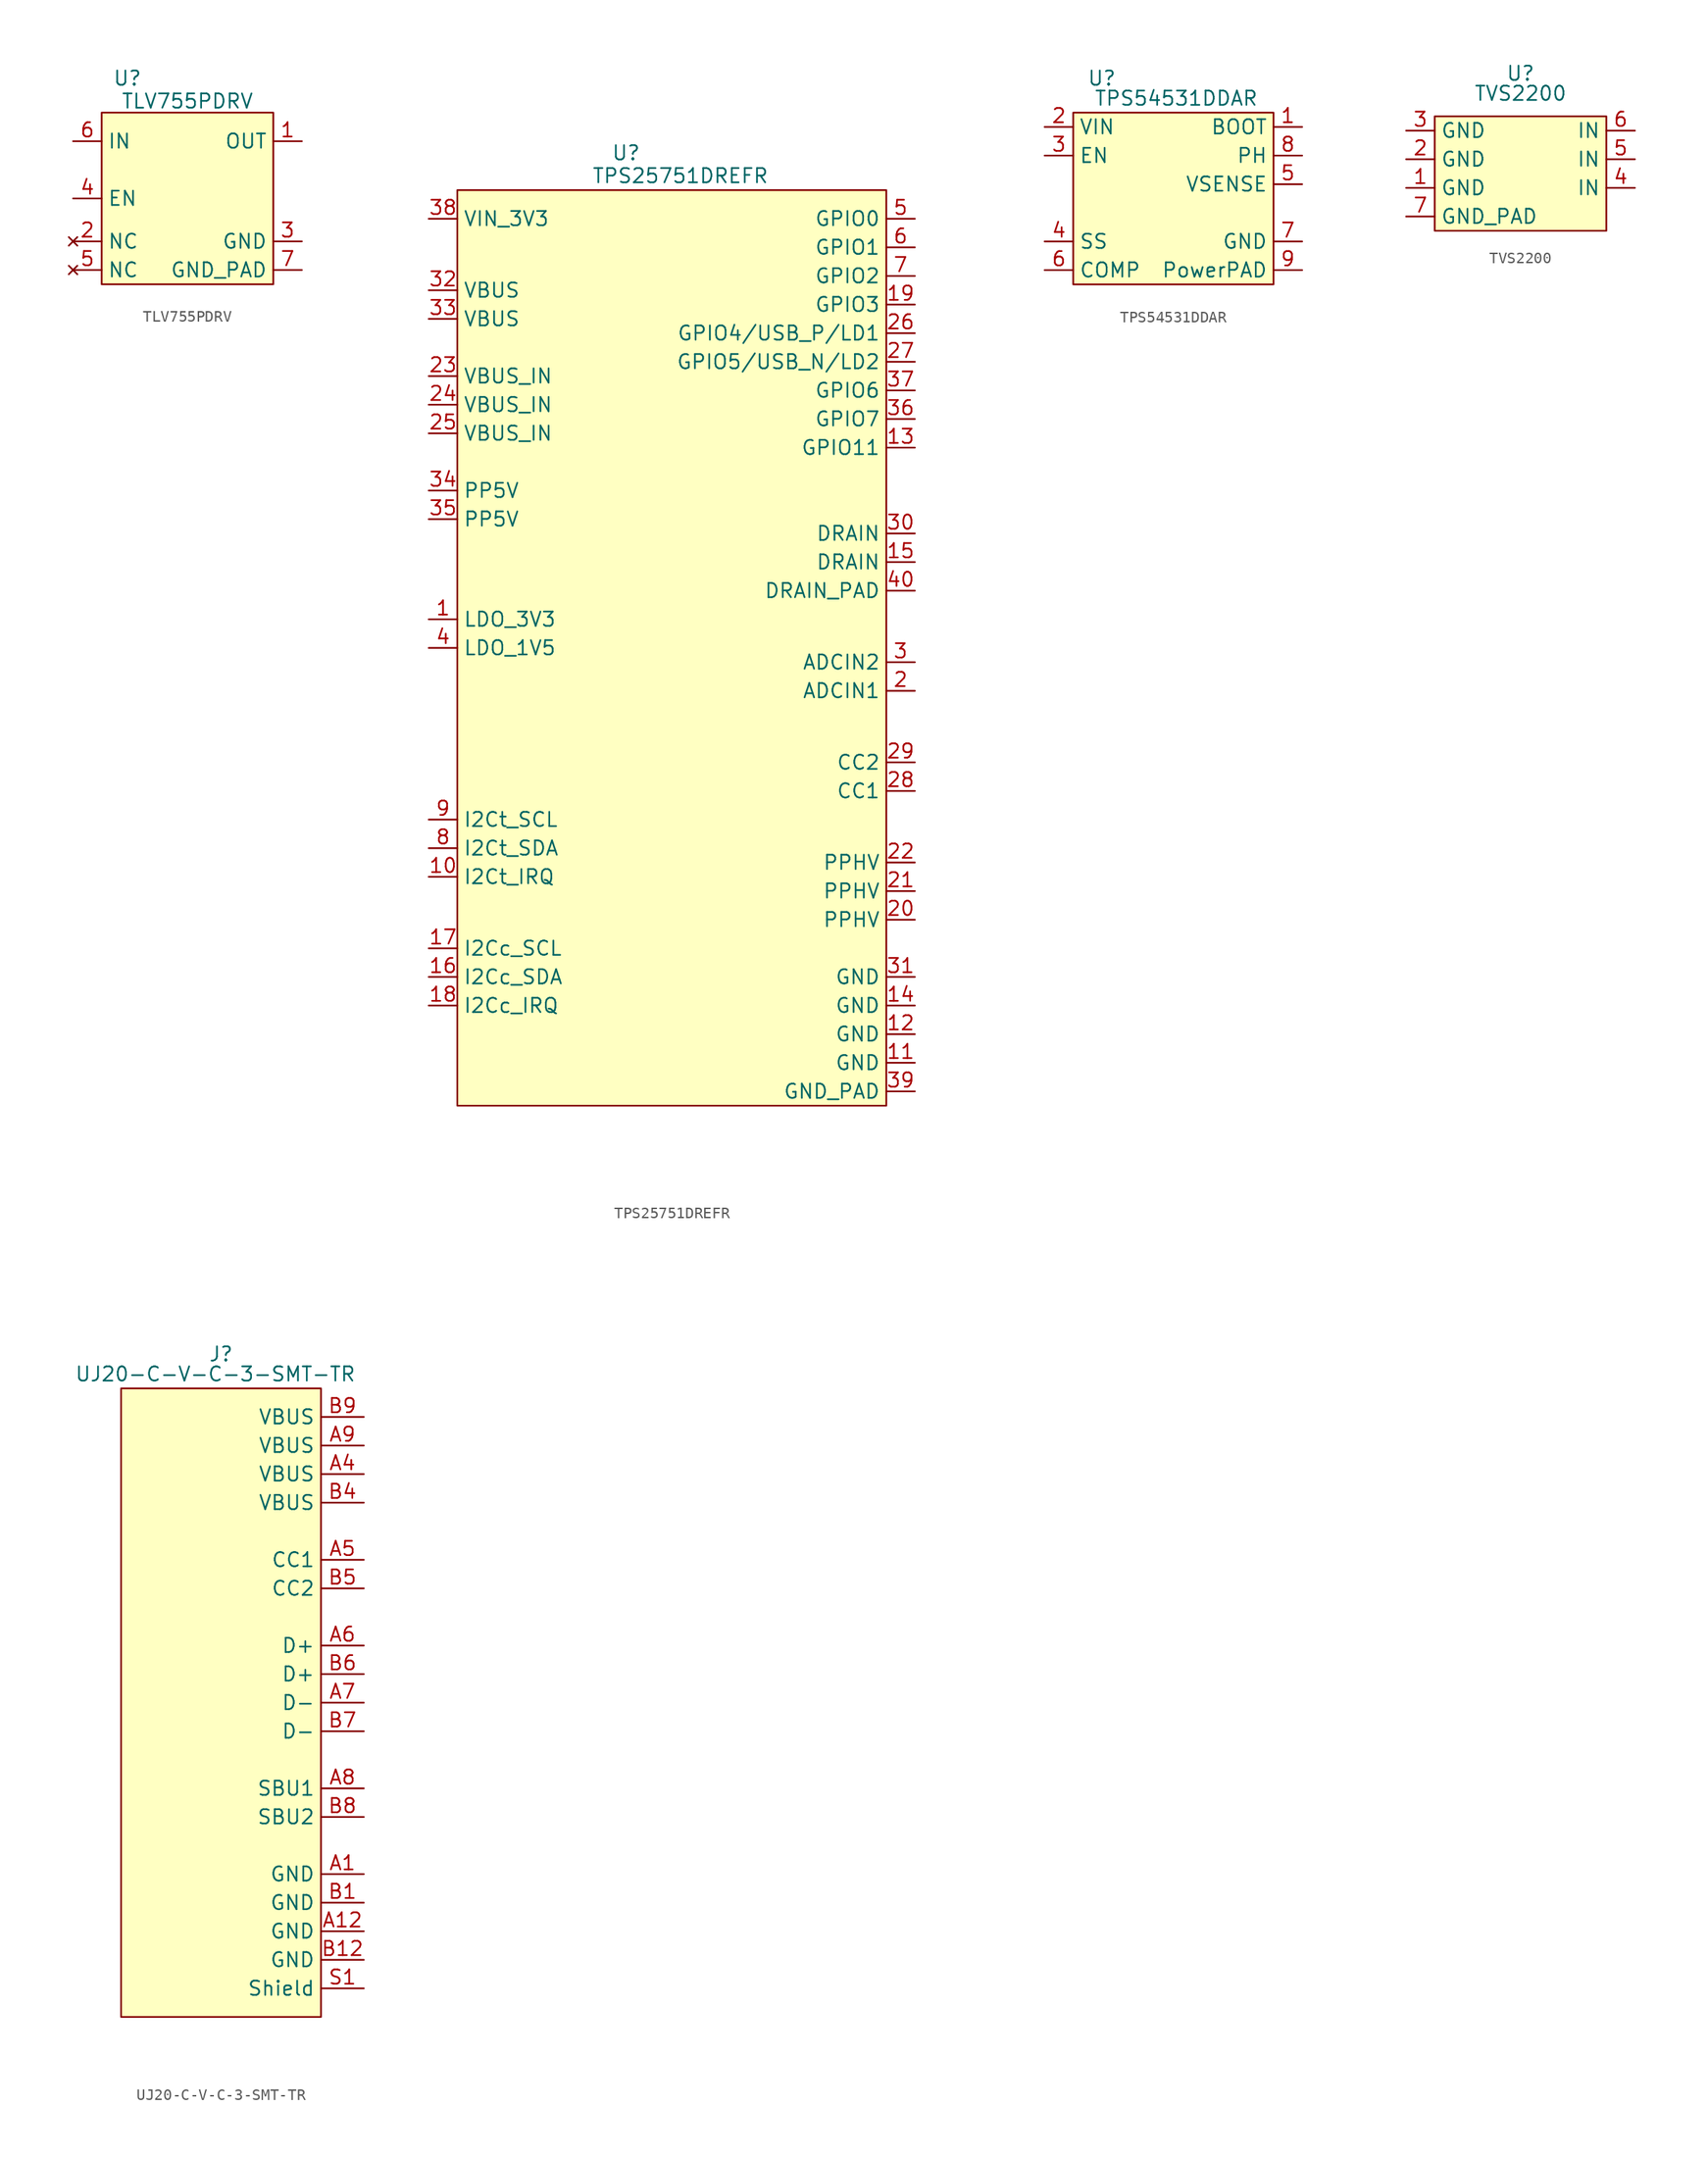
<source format=kicad_sym>
(kicad_symbol_lib
  (version 20241209)
  (generator "kicad_symbol_editor")
  (generator_version "9.0")
  (symbol "TLV755PDRV"
    (property "Reference" "U"
      (at -5.334 10.668 0)
      (effects (font (size 1.27 1.27))))
    (property "Value" "TLV755PDRV"
      (at 0 8.636 0)
      (effects (font (size 1.27 1.27))))
    (symbol "TLV755PDRV_0_0"
      (pin input line (at -10.16 5.08 0) (length 2.54) (name "IN" (effects (font (size 1.27 1.27)))) (number "6" (effects (font (size 1.27 1.27)))))
      (pin input line (at -10.16 0 0) (length 2.54) (name "EN" (effects (font (size 1.27 1.27)))) (number "4" (effects (font (size 1.27 1.27)))))
      (pin no_connect line (at -10.16 -3.81 0) (length 2.54) (name "NC" (effects (font (size 1.27 1.27)))) (number "2" (effects (font (size 1.27 1.27)))))
      (pin no_connect line (at -10.16 -6.35 0) (length 2.54) (name "NC" (effects (font (size 1.27 1.27)))) (number "5" (effects (font (size 1.27 1.27)))))
      (pin output line (at 10.16 5.08 180) (length 2.54) (name "OUT" (effects (font (size 1.27 1.27)))) (number "1" (effects (font (size 1.27 1.27)))))
      (pin power_in line (at 10.16 -3.81 180) (length 2.54) (name "GND" (effects (font (size 1.27 1.27)))) (number "3" (effects (font (size 1.27 1.27)))))
      (pin unspecified line (at 10.16 -6.35 180) (length 2.54) (name "GND_PAD" (effects (font (size 1.27 1.27)))) (number "7" (effects (font (size 1.27 1.27))))))
    (symbol "TLV755PDRV_1_1"
      (rectangle (start -7.62 7.62) (end 7.62 -7.62) (stroke (width 0) (type solid)) (fill (type background)))))
  (symbol "TPS25751DREFR"
    (property "Reference" "U"
      (at -5.334 41.402 0)
      (effects (font (size 1.27 1.27))))
    (property "Value" "TPS25751DREFR"
      (at -0.508 39.37 0)
      (effects (font (size 1.27 1.27))))
    (symbol "TPS25751DREFR_0_0"
      (pin input line (at -22.86 35.56 0) (length 2.54) (name "VIN_3V3" (effects (font (size 1.27 1.27)))) (number "38" (effects (font (size 1.27 1.27)))))
      (pin output line (at -22.86 29.21 0) (length 2.54) (name "VBUS" (effects (font (size 1.27 1.27)))) (number "32" (effects (font (size 1.27 1.27)))))
      (pin output line (at -22.86 26.67 0) (length 2.54) (name "VBUS" (effects (font (size 1.27 1.27)))) (number "33" (effects (font (size 1.27 1.27)))))
      (pin bidirectional line (at -22.86 21.59 0) (length 2.54) (name "VBUS_IN" (effects (font (size 1.27 1.27)))) (number "23" (effects (font (size 1.27 1.27)))))
      (pin bidirectional line (at -22.86 19.05 0) (length 2.54) (name "VBUS_IN" (effects (font (size 1.27 1.27)))) (number "24" (effects (font (size 1.27 1.27)))))
      (pin bidirectional line (at -22.86 16.51 0) (length 2.54) (name "VBUS_IN" (effects (font (size 1.27 1.27)))) (number "25" (effects (font (size 1.27 1.27)))))
      (pin input line (at -22.86 11.43 0) (length 2.54) (name "PP5V" (effects (font (size 1.27 1.27)))) (number "34" (effects (font (size 1.27 1.27)))))
      (pin input line (at -22.86 8.89 0) (length 2.54) (name "PP5V" (effects (font (size 1.27 1.27)))) (number "35" (effects (font (size 1.27 1.27)))))
      (pin output line (at -22.86 0 0) (length 2.54) (name "LDO_3V3" (effects (font (size 1.27 1.27)))) (number "1" (effects (font (size 1.27 1.27)))))
      (pin output line (at -22.86 -2.54 0) (length 2.54) (name "LDO_1V5" (effects (font (size 1.27 1.27)))) (number "4" (effects (font (size 1.27 1.27)))))
      (pin input line (at -22.86 -17.78 0) (length 2.54) (name "I2Ct_SCL" (effects (font (size 1.27 1.27)))) (number "9" (effects (font (size 1.27 1.27)))))
      (pin bidirectional line (at -22.86 -20.32 0) (length 2.54) (name "I2Ct_SDA" (effects (font (size 1.27 1.27)))) (number "8" (effects (font (size 1.27 1.27)))))
      (pin output line (at -22.86 -22.86 0) (length 2.54) (name "I2Ct_IRQ" (effects (font (size 1.27 1.27)))) (number "10" (effects (font (size 1.27 1.27)))))
      (pin output line (at -22.86 -29.21 0) (length 2.54) (name "I2Cc_SCL" (effects (font (size 1.27 1.27)))) (number "17" (effects (font (size 1.27 1.27)))))
      (pin bidirectional line (at -22.86 -31.75 0) (length 2.54) (name "I2Cc_SDA" (effects (font (size 1.27 1.27)))) (number "16" (effects (font (size 1.27 1.27)))))
      (pin input line (at -22.86 -34.29 0) (length 2.54) (name "I2Cc_IRQ" (effects (font (size 1.27 1.27)))) (number "18" (effects (font (size 1.27 1.27)))))
      (pin bidirectional line (at 20.32 35.56 180) (length 2.54) (name "GPIO0" (effects (font (size 1.27 1.27)))) (number "5" (effects (font (size 1.27 1.27)))))
      (pin bidirectional line (at 20.32 33.02 180) (length 2.54) (name "GPIO1" (effects (font (size 1.27 1.27)))) (number "6" (effects (font (size 1.27 1.27)))))
      (pin bidirectional line (at 20.32 30.48 180) (length 2.54) (name "GPIO2" (effects (font (size 1.27 1.27)))) (number "7" (effects (font (size 1.27 1.27)))))
      (pin bidirectional line (at 20.32 27.94 180) (length 2.54) (name "GPIO3" (effects (font (size 1.27 1.27)))) (number "19" (effects (font (size 1.27 1.27)))))
      (pin bidirectional line (at 20.32 25.4 180) (length 2.54) (name "GPIO4/USB_P/LD1" (effects (font (size 1.27 1.27)))) (number "26" (effects (font (size 1.27 1.27)))))
      (pin bidirectional line (at 20.32 22.86 180) (length 2.54) (name "GPIO5/USB_N/LD2" (effects (font (size 1.27 1.27)))) (number "27" (effects (font (size 1.27 1.27)))))
      (pin bidirectional line (at 20.32 20.32 180) (length 2.54) (name "GPIO6" (effects (font (size 1.27 1.27)))) (number "37" (effects (font (size 1.27 1.27)))))
      (pin bidirectional line (at 20.32 17.78 180) (length 2.54) (name "GPIO7" (effects (font (size 1.27 1.27)))) (number "36" (effects (font (size 1.27 1.27)))))
      (pin bidirectional line (at 20.32 15.24 180) (length 2.54) (name "GPIO11" (effects (font (size 1.27 1.27)))) (number "13" (effects (font (size 1.27 1.27)))))
      (pin unspecified line (at 20.32 7.62 180) (length 2.54) (name "DRAIN" (effects (font (size 1.27 1.27)))) (number "30" (effects (font (size 1.27 1.27)))))
      (pin unspecified line (at 20.32 5.08 180) (length 2.54) (name "DRAIN" (effects (font (size 1.27 1.27)))) (number "15" (effects (font (size 1.27 1.27)))))
      (pin input line (at 20.32 2.54 180) (length 2.54) (name "DRAIN_PAD" (effects (font (size 1.27 1.27)))) (number "40" (effects (font (size 1.27 1.27)))))
      (pin input line (at 20.32 -3.81 180) (length 2.54) (name "ADCIN2" (effects (font (size 1.27 1.27)))) (number "3" (effects (font (size 1.27 1.27)))))
      (pin input line (at 20.32 -6.35 180) (length 2.54) (name "ADCIN1" (effects (font (size 1.27 1.27)))) (number "2" (effects (font (size 1.27 1.27)))))
      (pin bidirectional line (at 20.32 -12.7 180) (length 2.54) (name "CC2" (effects (font (size 1.27 1.27)))) (number "29" (effects (font (size 1.27 1.27)))))
      (pin bidirectional line (at 20.32 -15.24 180) (length 2.54) (name "CC1" (effects (font (size 1.27 1.27)))) (number "28" (effects (font (size 1.27 1.27)))))
      (pin bidirectional line (at 20.32 -21.59 180) (length 2.54) (name "PPHV" (effects (font (size 1.27 1.27)))) (number "22" (effects (font (size 1.27 1.27)))))
      (pin bidirectional line (at 20.32 -24.13 180) (length 2.54) (name "PPHV" (effects (font (size 1.27 1.27)))) (number "21" (effects (font (size 1.27 1.27)))))
      (pin bidirectional line (at 20.32 -26.67 180) (length 2.54) (name "PPHV" (effects (font (size 1.27 1.27)))) (number "20" (effects (font (size 1.27 1.27)))))
      (pin power_in line (at 20.32 -31.75 180) (length 2.54) (name "GND" (effects (font (size 1.27 1.27)))) (number "31" (effects (font (size 1.27 1.27)))))
      (pin power_in line (at 20.32 -34.29 180) (length 2.54) (name "GND" (effects (font (size 1.27 1.27)))) (number "14" (effects (font (size 1.27 1.27)))))
      (pin power_in line (at 20.32 -36.83 180) (length 2.54) (name "GND" (effects (font (size 1.27 1.27)))) (number "12" (effects (font (size 1.27 1.27)))))
      (pin power_in line (at 20.32 -39.37 180) (length 2.54) (name "GND" (effects (font (size 1.27 1.27)))) (number "11" (effects (font (size 1.27 1.27)))))
      (pin input line (at 20.32 -41.91 180) (length 2.54) (name "GND_PAD" (effects (font (size 1.27 1.27)))) (number "39" (effects (font (size 1.27 1.27))))))
    (symbol "TPS25751DREFR_0_1"
      (rectangle (start -20.32 38.1) (end 17.78 -43.18) (stroke (width 0) (type default)) (fill (type background)))))
  (symbol "TPS54531DDAR"
    (property "Reference" "U"
      (at -7.62 10.668 0)
      (effects (font (size 1.27 1.27))))
    (property "Value" "TPS54531DDAR"
      (at -1.016 8.89 0)
      (effects (font (size 1.27 1.27))))
    (symbol "TPS54531DDAR_0_0"
      (pin input line (at -12.7 6.35 0) (length 2.54) (name "VIN" (effects (font (size 1.27 1.27)))) (number "2" (effects (font (size 1.27 1.27)))))
      (pin input line (at -12.7 3.81 0) (length 2.54) (name "EN" (effects (font (size 1.27 1.27)))) (number "3" (effects (font (size 1.27 1.27)))))
      (pin input line (at -12.7 -3.81 0) (length 2.54) (name "SS" (effects (font (size 1.27 1.27)))) (number "4" (effects (font (size 1.27 1.27)))))
      (pin output line (at -12.7 -6.35 0) (length 2.54) (name "COMP" (effects (font (size 1.27 1.27)))) (number "6" (effects (font (size 1.27 1.27)))))
      (pin output line (at 10.16 6.35 180) (length 2.54) (name "BOOT" (effects (font (size 1.27 1.27)))) (number "1" (effects (font (size 1.27 1.27)))))
      (pin output line (at 10.16 3.81 180) (length 2.54) (name "PH" (effects (font (size 1.27 1.27)))) (number "8" (effects (font (size 1.27 1.27)))))
      (pin input line (at 10.16 1.27 180) (length 2.54) (name "VSENSE" (effects (font (size 1.27 1.27)))) (number "5" (effects (font (size 1.27 1.27)))))
      (pin power_in line (at 10.16 -3.81 180) (length 2.54) (name "GND" (effects (font (size 1.27 1.27)))) (number "7" (effects (font (size 1.27 1.27)))))
      (pin power_in line (at 10.16 -6.35 180) (length 2.54) (name "PowerPAD" (effects (font (size 1.27 1.27)))) (number "9" (effects (font (size 1.27 1.27))))))
    (symbol "TPS54531DDAR_0_1"
      (rectangle (start -10.16 7.62) (end 7.62 -7.62) (stroke (width 0) (type default)) (fill (type background)))))
  (symbol "TVS2200"
    (property "Reference" "U"
      (at 0 8.89 0)
      (effects (font (size 1.27 1.27))))
    (property "Value" "TVS2200"
      (at 0 7.112 0)
      (effects (font (size 1.27 1.27))))
    (symbol "TVS2200_0_0"
      (pin power_in line (at -10.16 3.81 0) (length 2.54) (name "GND" (effects (font (size 1.27 1.27)))) (number "3" (effects (font (size 1.27 1.27)))))
      (pin power_in line (at -10.16 1.27 0) (length 2.54) (name "GND" (effects (font (size 1.27 1.27)))) (number "2" (effects (font (size 1.27 1.27)))))
      (pin power_in line (at -10.16 -1.27 0) (length 2.54) (name "GND" (effects (font (size 1.27 1.27)))) (number "1" (effects (font (size 1.27 1.27)))))
      (pin power_in line (at -10.16 -3.81 0) (length 2.54) (name "GND_PAD" (effects (font (size 1.27 1.27)))) (number "7" (effects (font (size 1.27 1.27)))))
      (pin input line (at 10.16 3.81 180) (length 2.54) (name "IN" (effects (font (size 1.27 1.27)))) (number "6" (effects (font (size 1.27 1.27)))))
      (pin input line (at 10.16 1.27 180) (length 2.54) (name "IN" (effects (font (size 1.27 1.27)))) (number "5" (effects (font (size 1.27 1.27)))))
      (pin input line (at 10.16 -1.27 180) (length 2.54) (name "IN" (effects (font (size 1.27 1.27)))) (number "4" (effects (font (size 1.27 1.27))))))
    (symbol "TVS2200_0_1"
      (rectangle (start -7.62 5.08) (end 7.62 -5.08) (stroke (width 0) (type default)) (fill (type background)))))
  (symbol "UJ20-C-V-C-3-SMT-TR"
    (property "Reference" "J"
      (at 0 30.988 0)
      (effects (font (size 1.27 1.27))))
    (property "Value" "UJ20-C-V-C-3-SMT-TR"
      (at -0.508 29.21 0)
      (effects (font (size 1.27 1.27))))
    (symbol "UJ20-C-V-C-3-SMT-TR_1_0"
      (pin unspecified line (at 12.7 25.4 180) (length 3.81) (name "VBUS" (effects (font (size 1.27 1.27)))) (number "B9" (effects (font (size 1.27 1.27)))))
      (pin unspecified line (at 12.7 22.86 180) (length 3.81) (name "VBUS" (effects (font (size 1.27 1.27)))) (number "A9" (effects (font (size 1.27 1.27)))))
      (pin unspecified line (at 12.7 20.32 180) (length 3.81) (name "VBUS" (effects (font (size 1.27 1.27)))) (number "A4" (effects (font (size 1.27 1.27)))))
      (pin unspecified line (at 12.7 17.78 180) (length 3.81) (name "VBUS" (effects (font (size 1.27 1.27)))) (number "B4" (effects (font (size 1.27 1.27)))))
      (pin unspecified line (at 12.7 12.7 180) (length 3.81) (name "CC1" (effects (font (size 1.27 1.27)))) (number "A5" (effects (font (size 1.27 1.27)))))
      (pin unspecified line (at 12.7 10.16 180) (length 3.81) (name "CC2" (effects (font (size 1.27 1.27)))) (number "B5" (effects (font (size 1.27 1.27)))))
      (pin unspecified line (at 12.7 5.08 180) (length 3.81) (name "D+" (effects (font (size 1.27 1.27)))) (number "A6" (effects (font (size 1.27 1.27)))))
      (pin unspecified line (at 12.7 2.54 180) (length 3.81) (name "D+" (effects (font (size 1.27 1.27)))) (number "B6" (effects (font (size 1.27 1.27)))))
      (pin unspecified line (at 12.7 0 180) (length 3.81) (name "D-" (effects (font (size 1.27 1.27)))) (number "A7" (effects (font (size 1.27 1.27)))))
      (pin unspecified line (at 12.7 -2.54 180) (length 3.81) (name "D-" (effects (font (size 1.27 1.27)))) (number "B7" (effects (font (size 1.27 1.27)))))
      (pin unspecified line (at 12.7 -7.62 180) (length 3.81) (name "SBU1" (effects (font (size 1.27 1.27)))) (number "A8" (effects (font (size 1.27 1.27)))))
      (pin unspecified line (at 12.7 -10.16 180) (length 3.81) (name "SBU2" (effects (font (size 1.27 1.27)))) (number "B8" (effects (font (size 1.27 1.27)))))
      (pin unspecified line (at 12.7 -15.24 180) (length 3.81) (name "GND" (effects (font (size 1.27 1.27)))) (number "A1" (effects (font (size 1.27 1.27)))))
      (pin unspecified line (at 12.7 -17.78 180) (length 3.81) (name "GND" (effects (font (size 1.27 1.27)))) (number "B1" (effects (font (size 1.27 1.27)))))
      (pin unspecified line (at 12.7 -20.32 180) (length 3.81) (name "GND" (effects (font (size 1.27 1.27)))) (number "A12" (effects (font (size 1.27 1.27)))))
      (pin unspecified line (at 12.7 -22.86 180) (length 3.81) (name "GND" (effects (font (size 1.27 1.27)))) (number "B12" (effects (font (size 1.27 1.27)))))
      (pin unspecified line (at 12.7 -25.4 180) (length 3.81) (name "Shield" (effects (font (size 1.27 1.27)))) (number "S1" (effects (font (size 1.27 1.27))))))
    (symbol "UJ20-C-V-C-3-SMT-TR_1_1"
      (rectangle (start -8.89 27.94) (end 8.89 -27.94) (stroke (width 0) (type solid)) (fill (type background))))))
</source>
